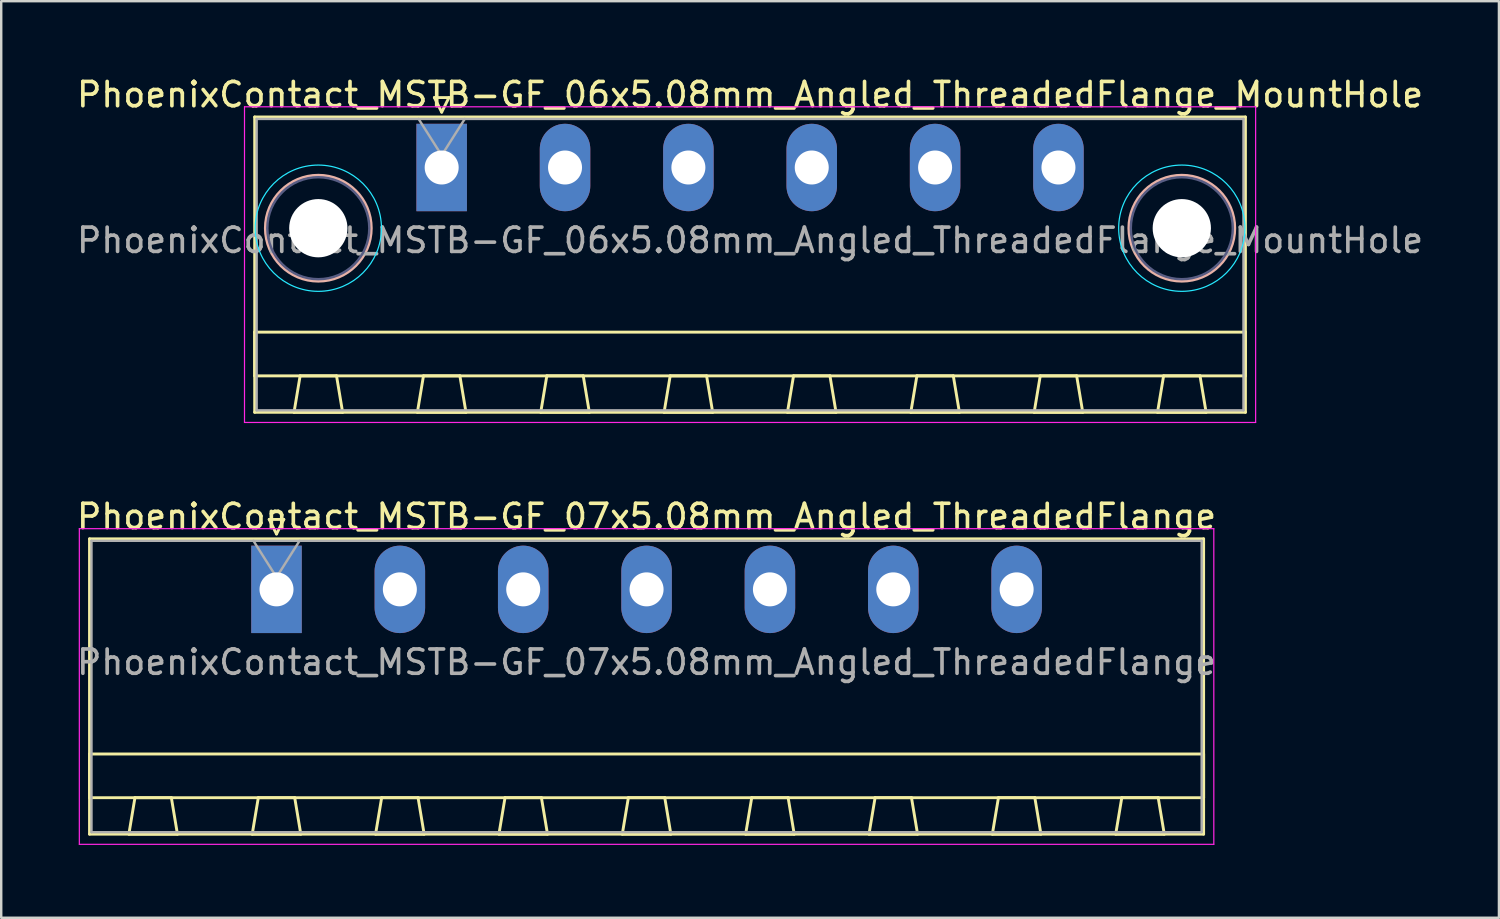
<source format=kicad_pcb>
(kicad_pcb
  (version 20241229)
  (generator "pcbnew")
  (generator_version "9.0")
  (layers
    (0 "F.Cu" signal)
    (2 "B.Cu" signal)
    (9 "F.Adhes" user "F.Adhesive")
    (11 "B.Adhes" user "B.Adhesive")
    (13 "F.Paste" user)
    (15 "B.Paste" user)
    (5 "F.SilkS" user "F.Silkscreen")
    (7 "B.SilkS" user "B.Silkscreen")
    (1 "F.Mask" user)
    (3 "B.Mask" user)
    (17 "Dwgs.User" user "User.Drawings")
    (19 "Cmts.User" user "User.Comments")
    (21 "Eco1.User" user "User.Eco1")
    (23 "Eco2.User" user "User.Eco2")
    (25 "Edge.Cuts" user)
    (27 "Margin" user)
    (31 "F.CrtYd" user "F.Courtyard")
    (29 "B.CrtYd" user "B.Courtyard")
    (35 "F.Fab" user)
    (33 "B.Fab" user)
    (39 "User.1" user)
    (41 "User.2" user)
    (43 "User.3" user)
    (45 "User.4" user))
  (footprint "PhoenixContact_MSTB-GF_06x5.08mm_Angled_ThreadedFlange_MountHole"
    (layer "F.Cu")
    (at 15.139 3.848)
    (property "Reference" "PhoenixContact_MSTB-GF_06x5.08mm_Angled_ThreadedFlange_MountHole" (at 12.7 -3 0) (layer "F.SilkS") (effects (font (size 1 1) (thickness 0.15))))
    (attr through_hole)
    (fp_line (start -7.7 -2.08) (end -7.7 10.08) (stroke (width 0.12) (type solid)) (layer "F.SilkS"))
    (fp_line (start -7.7 6.78) (end 33.1 6.78) (stroke (width 0.12) (type solid)) (layer "F.SilkS"))
    (fp_line (start -7.7 8.58) (end -7.7 6.78) (stroke (width 0.12) (type solid)) (layer "F.SilkS"))
    (fp_line (start -7.7 10.08) (end 33.1 10.08) (stroke (width 0.12) (type solid)) (layer "F.SilkS"))
    (fp_line (start -6.08 10.08) (end -4.08 10.08) (stroke (width 0.12) (type solid)) (layer "F.SilkS"))
    (fp_line (start -5.83 8.58) (end -6.08 10.08) (stroke (width 0.12) (type solid)) (layer "F.SilkS"))
    (fp_line (start -4.33 8.58) (end -5.83 8.58) (stroke (width 0.12) (type solid)) (layer "F.SilkS"))
    (fp_line (start -4.08 10.08) (end -4.33 8.58) (stroke (width 0.12) (type solid)) (layer "F.SilkS"))
    (fp_line (start -1 10.08) (end 1 10.08) (stroke (width 0.12) (type solid)) (layer "F.SilkS"))
    (fp_line (start -0.75 8.58) (end -1 10.08) (stroke (width 0.12) (type solid)) (layer "F.SilkS"))
    (fp_line (start -0.3 -2.88) (end 0.3 -2.88) (stroke (width 0.12) (type solid)) (layer "F.SilkS"))
    (fp_line (start 0 -2.28) (end -0.3 -2.88) (stroke (width 0.12) (type solid)) (layer "F.SilkS"))
    (fp_line (start 0.3 -2.88) (end 0 -2.28) (stroke (width 0.12) (type solid)) (layer "F.SilkS"))
    (fp_line (start 0.75 8.58) (end -0.75 8.58) (stroke (width 0.12) (type solid)) (layer "F.SilkS"))
    (fp_line (start 1 10.08) (end 0.75 8.58) (stroke (width 0.12) (type solid)) (layer "F.SilkS"))
    (fp_line (start 4.08 10.08) (end 6.08 10.08) (stroke (width 0.12) (type solid)) (layer "F.SilkS"))
    (fp_line (start 4.33 8.58) (end 4.08 10.08) (stroke (width 0.12) (type solid)) (layer "F.SilkS"))
    (fp_line (start 5.83 8.58) (end 4.33 8.58) (stroke (width 0.12) (type solid)) (layer "F.SilkS"))
    (fp_line (start 6.08 10.08) (end 5.83 8.58) (stroke (width 0.12) (type solid)) (layer "F.SilkS"))
    (fp_line (start 9.16 10.08) (end 11.16 10.08) (stroke (width 0.12) (type solid)) (layer "F.SilkS"))
    (fp_line (start 9.41 8.58) (end 9.16 10.08) (stroke (width 0.12) (type solid)) (layer "F.SilkS"))
    (fp_line (start 10.91 8.58) (end 9.41 8.58) (stroke (width 0.12) (type solid)) (layer "F.SilkS"))
    (fp_line (start 11.16 10.08) (end 10.91 8.58) (stroke (width 0.12) (type solid)) (layer "F.SilkS"))
    (fp_line (start 14.24 10.08) (end 16.24 10.08) (stroke (width 0.12) (type solid)) (layer "F.SilkS"))
    (fp_line (start 14.49 8.58) (end 14.24 10.08) (stroke (width 0.12) (type solid)) (layer "F.SilkS"))
    (fp_line (start 15.99 8.58) (end 14.49 8.58) (stroke (width 0.12) (type solid)) (layer "F.SilkS"))
    (fp_line (start 16.24 10.08) (end 15.99 8.58) (stroke (width 0.12) (type solid)) (layer "F.SilkS"))
    (fp_line (start 19.32 10.08) (end 21.32 10.08) (stroke (width 0.12) (type solid)) (layer "F.SilkS"))
    (fp_line (start 19.57 8.58) (end 19.32 10.08) (stroke (width 0.12) (type solid)) (layer "F.SilkS"))
    (fp_line (start 21.07 8.58) (end 19.57 8.58) (stroke (width 0.12) (type solid)) (layer "F.SilkS"))
    (fp_line (start 21.32 10.08) (end 21.07 8.58) (stroke (width 0.12) (type solid)) (layer "F.SilkS"))
    (fp_line (start 24.4 10.08) (end 26.4 10.08) (stroke (width 0.12) (type solid)) (layer "F.SilkS"))
    (fp_line (start 24.65 8.58) (end 24.4 10.08) (stroke (width 0.12) (type solid)) (layer "F.SilkS"))
    (fp_line (start 26.15 8.58) (end 24.65 8.58) (stroke (width 0.12) (type solid)) (layer "F.SilkS"))
    (fp_line (start 26.4 10.08) (end 26.15 8.58) (stroke (width 0.12) (type solid)) (layer "F.SilkS"))
    (fp_line (start 29.48 10.08) (end 31.48 10.08) (stroke (width 0.12) (type solid)) (layer "F.SilkS"))
    (fp_line (start 29.73 8.58) (end 29.48 10.08) (stroke (width 0.12) (type solid)) (layer "F.SilkS"))
    (fp_line (start 31.23 8.58) (end 29.73 8.58) (stroke (width 0.12) (type solid)) (layer "F.SilkS"))
    (fp_line (start 31.48 10.08) (end 31.23 8.58) (stroke (width 0.12) (type solid)) (layer "F.SilkS"))
    (fp_line (start 33.1 -2.08) (end -7.7 -2.08) (stroke (width 0.12) (type solid)) (layer "F.SilkS"))
    (fp_line (start 33.1 6.78) (end 33.1 8.58) (stroke (width 0.12) (type solid)) (layer "F.SilkS"))
    (fp_line (start 33.1 8.58) (end -7.7 8.58) (stroke (width 0.12) (type solid)) (layer "F.SilkS"))
    (fp_line (start 33.1 10.08) (end 33.1 -2.08) (stroke (width 0.12) (type solid)) (layer "F.SilkS"))
    (fp_circle (center -5.08 2.5) (end -2.9 2.5) (stroke (width 0.12) (type solid)) (fill no) (layer "B.SilkS"))
    (fp_circle (center 30.48 2.5) (end 32.66 2.5) (stroke (width 0.12) (type solid)) (fill no) (layer "B.SilkS"))
    (fp_circle (center -5.08 2.5) (end -2.48 2.5) (stroke (width 0.05) (type solid)) (fill no) (layer "B.CrtYd"))
    (fp_circle (center 30.48 2.5) (end 33.08 2.5) (stroke (width 0.05) (type solid)) (fill no) (layer "B.CrtYd"))
    (fp_line (start -8.12 -2.5) (end -8.12 10.5) (stroke (width 0.05) (type solid)) (layer "F.CrtYd"))
    (fp_line (start -8.12 10.5) (end 33.52 10.5) (stroke (width 0.05) (type solid)) (layer "F.CrtYd"))
    (fp_line (start 33.52 -2.5) (end -8.12 -2.5) (stroke (width 0.05) (type solid)) (layer "F.CrtYd"))
    (fp_line (start 33.52 10.5) (end 33.52 -2.5) (stroke (width 0.05) (type solid)) (layer "F.CrtYd"))
    (fp_circle (center -5.08 2.5) (end -2.98 2.5) (stroke (width 0.1) (type solid)) (fill no) (layer "B.Fab"))
    (fp_circle (center 30.48 2.5) (end 32.58 2.5) (stroke (width 0.1) (type solid)) (fill no) (layer "B.Fab"))
    (fp_line (start -7.62 -2) (end -7.62 10) (stroke (width 0.1) (type solid)) (layer "F.Fab"))
    (fp_line (start -7.62 10) (end 33.02 10) (stroke (width 0.1) (type solid)) (layer "F.Fab"))
    (fp_line (start 0 -0.5) (end -0.95 -2) (stroke (width 0.1) (type solid)) (layer "F.Fab"))
    (fp_line (start 0.95 -2) (end 0 -0.5) (stroke (width 0.1) (type solid)) (layer "F.Fab"))
    (fp_line (start 33.02 -2) (end -7.62 -2) (stroke (width 0.1) (type solid)) (layer "F.Fab"))
    (fp_line (start 33.02 10) (end 33.02 -2) (stroke (width 0.1) (type solid)) (layer "F.Fab"))
    (fp_text user "${REFERENCE}" (at 12.7 3 0) (layer "F.Fab") (effects (font (size 1 1) (thickness 0.15))))
    (pad "" np_thru_hole circle (at -5.08 2.5) (size 2.4 2.4) (drill 2.4) (layers "*.Cu" "*.Mask"))
    (pad "" np_thru_hole circle (at 30.48 2.5) (size 2.4 2.4) (drill 2.4) (layers "*.Cu" "*.Mask"))
    (pad "1" thru_hole rect (at 0 0) (size 2.08 3.6) (drill 1.4) (layers "*.Cu" "*.Mask"))
    (pad "2" thru_hole oval (at 5.08 0) (size 2.08 3.6) (drill 1.4) (layers "*.Cu" "*.Mask"))
    (pad "3" thru_hole oval (at 10.16 0) (size 2.08 3.6) (drill 1.4) (layers "*.Cu" "*.Mask"))
    (pad "4" thru_hole oval (at 15.24 0) (size 2.08 3.6) (drill 1.4) (layers "*.Cu" "*.Mask"))
    (pad "5" thru_hole oval (at 20.32 0) (size 2.08 3.6) (drill 1.4) (layers "*.Cu" "*.Mask"))
    (pad "6" thru_hole oval (at 25.4 0) (size 2.08 3.6) (drill 1.4) (layers "*.Cu" "*.Mask")))
  (footprint "PhoenixContact_MSTB-GF_07x5.08mm_Angled_ThreadedFlange"
    (layer "F.Cu")
    (at 8.337 21.221)
    (property "Reference" "PhoenixContact_MSTB-GF_07x5.08mm_Angled_ThreadedFlange" (at 15.24 -3 0) (layer "F.SilkS") (effects (font (size 1 1) (thickness 0.15))))
    (attr through_hole)
    (fp_line (start -7.7 -2.08) (end -7.7 10.08) (stroke (width 0.12) (type solid)) (layer "F.SilkS"))
    (fp_line (start -7.7 6.78) (end 38.18 6.78) (stroke (width 0.12) (type solid)) (layer "F.SilkS"))
    (fp_line (start -7.7 8.58) (end -7.7 6.78) (stroke (width 0.12) (type solid)) (layer "F.SilkS"))
    (fp_line (start -7.7 10.08) (end 38.18 10.08) (stroke (width 0.12) (type solid)) (layer "F.SilkS"))
    (fp_line (start -6.08 10.08) (end -4.08 10.08) (stroke (width 0.12) (type solid)) (layer "F.SilkS"))
    (fp_line (start -5.83 8.58) (end -6.08 10.08) (stroke (width 0.12) (type solid)) (layer "F.SilkS"))
    (fp_line (start -4.33 8.58) (end -5.83 8.58) (stroke (width 0.12) (type solid)) (layer "F.SilkS"))
    (fp_line (start -4.08 10.08) (end -4.33 8.58) (stroke (width 0.12) (type solid)) (layer "F.SilkS"))
    (fp_line (start -1 10.08) (end 1 10.08) (stroke (width 0.12) (type solid)) (layer "F.SilkS"))
    (fp_line (start -0.75 8.58) (end -1 10.08) (stroke (width 0.12) (type solid)) (layer "F.SilkS"))
    (fp_line (start -0.3 -2.88) (end 0.3 -2.88) (stroke (width 0.12) (type solid)) (layer "F.SilkS"))
    (fp_line (start 0 -2.28) (end -0.3 -2.88) (stroke (width 0.12) (type solid)) (layer "F.SilkS"))
    (fp_line (start 0.3 -2.88) (end 0 -2.28) (stroke (width 0.12) (type solid)) (layer "F.SilkS"))
    (fp_line (start 0.75 8.58) (end -0.75 8.58) (stroke (width 0.12) (type solid)) (layer "F.SilkS"))
    (fp_line (start 1 10.08) (end 0.75 8.58) (stroke (width 0.12) (type solid)) (layer "F.SilkS"))
    (fp_line (start 4.08 10.08) (end 6.08 10.08) (stroke (width 0.12) (type solid)) (layer "F.SilkS"))
    (fp_line (start 4.33 8.58) (end 4.08 10.08) (stroke (width 0.12) (type solid)) (layer "F.SilkS"))
    (fp_line (start 5.83 8.58) (end 4.33 8.58) (stroke (width 0.12) (type solid)) (layer "F.SilkS"))
    (fp_line (start 6.08 10.08) (end 5.83 8.58) (stroke (width 0.12) (type solid)) (layer "F.SilkS"))
    (fp_line (start 9.16 10.08) (end 11.16 10.08) (stroke (width 0.12) (type solid)) (layer "F.SilkS"))
    (fp_line (start 9.41 8.58) (end 9.16 10.08) (stroke (width 0.12) (type solid)) (layer "F.SilkS"))
    (fp_line (start 10.91 8.58) (end 9.41 8.58) (stroke (width 0.12) (type solid)) (layer "F.SilkS"))
    (fp_line (start 11.16 10.08) (end 10.91 8.58) (stroke (width 0.12) (type solid)) (layer "F.SilkS"))
    (fp_line (start 14.24 10.08) (end 16.24 10.08) (stroke (width 0.12) (type solid)) (layer "F.SilkS"))
    (fp_line (start 14.49 8.58) (end 14.24 10.08) (stroke (width 0.12) (type solid)) (layer "F.SilkS"))
    (fp_line (start 15.99 8.58) (end 14.49 8.58) (stroke (width 0.12) (type solid)) (layer "F.SilkS"))
    (fp_line (start 16.24 10.08) (end 15.99 8.58) (stroke (width 0.12) (type solid)) (layer "F.SilkS"))
    (fp_line (start 19.32 10.08) (end 21.32 10.08) (stroke (width 0.12) (type solid)) (layer "F.SilkS"))
    (fp_line (start 19.57 8.58) (end 19.32 10.08) (stroke (width 0.12) (type solid)) (layer "F.SilkS"))
    (fp_line (start 21.07 8.58) (end 19.57 8.58) (stroke (width 0.12) (type solid)) (layer "F.SilkS"))
    (fp_line (start 21.32 10.08) (end 21.07 8.58) (stroke (width 0.12) (type solid)) (layer "F.SilkS"))
    (fp_line (start 24.4 10.08) (end 26.4 10.08) (stroke (width 0.12) (type solid)) (layer "F.SilkS"))
    (fp_line (start 24.65 8.58) (end 24.4 10.08) (stroke (width 0.12) (type solid)) (layer "F.SilkS"))
    (fp_line (start 26.15 8.58) (end 24.65 8.58) (stroke (width 0.12) (type solid)) (layer "F.SilkS"))
    (fp_line (start 26.4 10.08) (end 26.15 8.58) (stroke (width 0.12) (type solid)) (layer "F.SilkS"))
    (fp_line (start 29.48 10.08) (end 31.48 10.08) (stroke (width 0.12) (type solid)) (layer "F.SilkS"))
    (fp_line (start 29.73 8.58) (end 29.48 10.08) (stroke (width 0.12) (type solid)) (layer "F.SilkS"))
    (fp_line (start 31.23 8.58) (end 29.73 8.58) (stroke (width 0.12) (type solid)) (layer "F.SilkS"))
    (fp_line (start 31.48 10.08) (end 31.23 8.58) (stroke (width 0.12) (type solid)) (layer "F.SilkS"))
    (fp_line (start 34.56 10.08) (end 36.56 10.08) (stroke (width 0.12) (type solid)) (layer "F.SilkS"))
    (fp_line (start 34.81 8.58) (end 34.56 10.08) (stroke (width 0.12) (type solid)) (layer "F.SilkS"))
    (fp_line (start 36.31 8.58) (end 34.81 8.58) (stroke (width 0.12) (type solid)) (layer "F.SilkS"))
    (fp_line (start 36.56 10.08) (end 36.31 8.58) (stroke (width 0.12) (type solid)) (layer "F.SilkS"))
    (fp_line (start 38.18 -2.08) (end -7.7 -2.08) (stroke (width 0.12) (type solid)) (layer "F.SilkS"))
    (fp_line (start 38.18 6.78) (end 38.18 8.58) (stroke (width 0.12) (type solid)) (layer "F.SilkS"))
    (fp_line (start 38.18 8.58) (end -7.7 8.58) (stroke (width 0.12) (type solid)) (layer "F.SilkS"))
    (fp_line (start 38.18 10.08) (end 38.18 -2.08) (stroke (width 0.12) (type solid)) (layer "F.SilkS"))
    (fp_line (start -8.12 -2.5) (end -8.12 10.5) (stroke (width 0.05) (type solid)) (layer "F.CrtYd"))
    (fp_line (start -8.12 10.5) (end 38.6 10.5) (stroke (width 0.05) (type solid)) (layer "F.CrtYd"))
    (fp_line (start 38.6 -2.5) (end -8.12 -2.5) (stroke (width 0.05) (type solid)) (layer "F.CrtYd"))
    (fp_line (start 38.6 10.5) (end 38.6 -2.5) (stroke (width 0.05) (type solid)) (layer "F.CrtYd"))
    (fp_line (start -7.62 -2) (end -7.62 10) (stroke (width 0.1) (type solid)) (layer "F.Fab"))
    (fp_line (start -7.62 10) (end 38.1 10) (stroke (width 0.1) (type solid)) (layer "F.Fab"))
    (fp_line (start 0 -0.5) (end -0.95 -2) (stroke (width 0.1) (type solid)) (layer "F.Fab"))
    (fp_line (start 0.95 -2) (end 0 -0.5) (stroke (width 0.1) (type solid)) (layer "F.Fab"))
    (fp_line (start 38.1 -2) (end -7.62 -2) (stroke (width 0.1) (type solid)) (layer "F.Fab"))
    (fp_line (start 38.1 10) (end 38.1 -2) (stroke (width 0.1) (type solid)) (layer "F.Fab"))
    (fp_text user "${REFERENCE}" (at 15.24 3 0) (layer "F.Fab") (effects (font (size 1 1) (thickness 0.15))))
    (pad "1" thru_hole rect (at 0 0) (size 2.08 3.6) (drill 1.4) (layers "*.Cu" "*.Mask"))
    (pad "2" thru_hole oval (at 5.08 0) (size 2.08 3.6) (drill 1.4) (layers "*.Cu" "*.Mask"))
    (pad "3" thru_hole oval (at 10.16 0) (size 2.08 3.6) (drill 1.4) (layers "*.Cu" "*.Mask"))
    (pad "4" thru_hole oval (at 15.24 0) (size 2.08 3.6) (drill 1.4) (layers "*.Cu" "*.Mask"))
    (pad "5" thru_hole oval (at 20.32 0) (size 2.08 3.6) (drill 1.4) (layers "*.Cu" "*.Mask"))
    (pad "6" thru_hole oval (at 25.4 0) (size 2.08 3.6) (drill 1.4) (layers "*.Cu" "*.Mask"))
    (pad "7" thru_hole oval (at 30.48 0) (size 2.08 3.6) (drill 1.4) (layers "*.Cu" "*.Mask")))
  (gr_rect
    (start -3 -3)
    (end 58.679 34.746)
    (stroke (width 0.1) (type default))
    (fill no)
    (layer "Edge.Cuts")))
</source>
